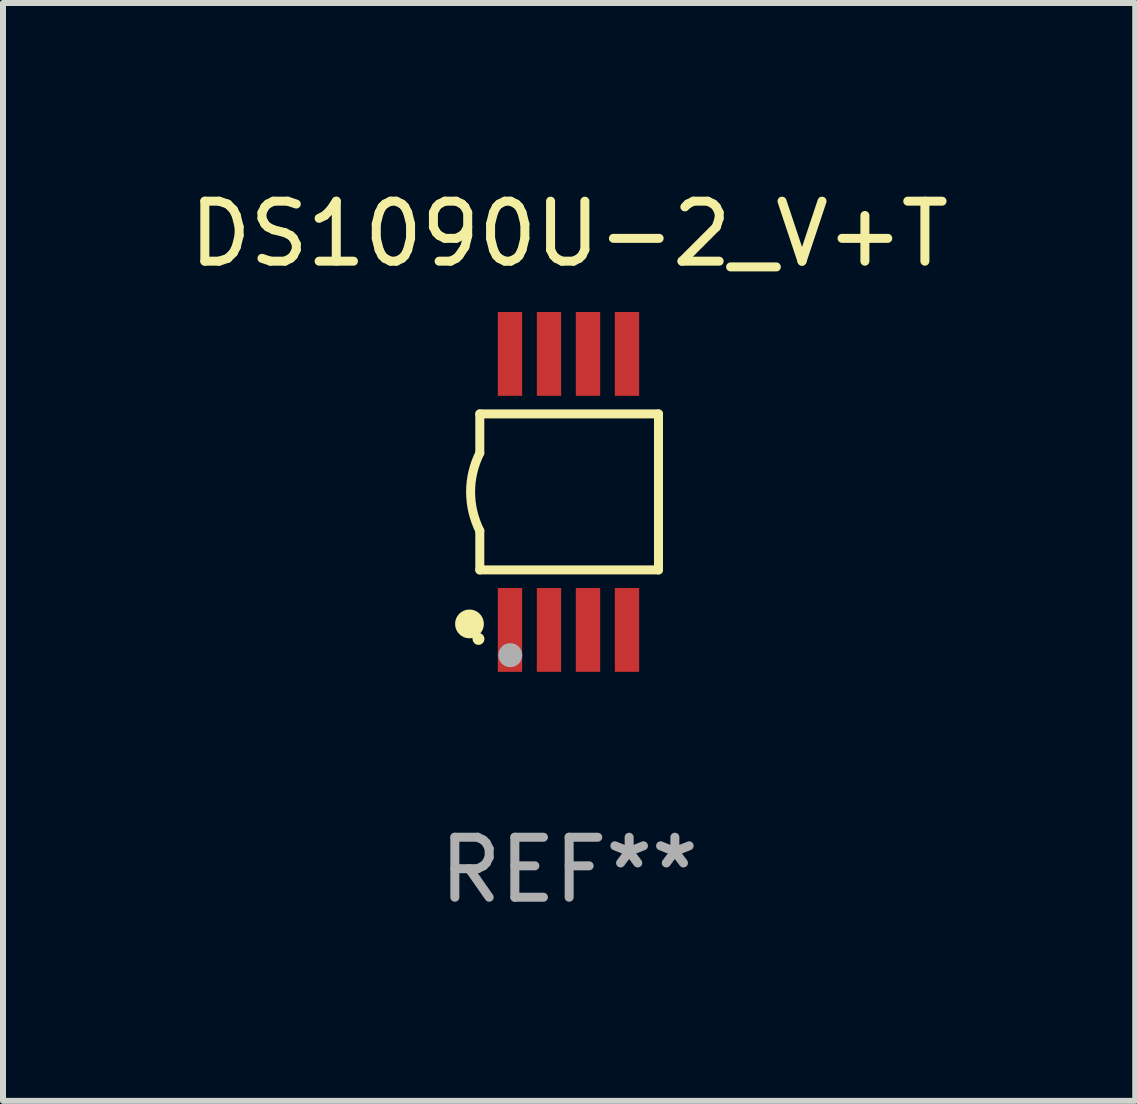
<source format=kicad_pcb>
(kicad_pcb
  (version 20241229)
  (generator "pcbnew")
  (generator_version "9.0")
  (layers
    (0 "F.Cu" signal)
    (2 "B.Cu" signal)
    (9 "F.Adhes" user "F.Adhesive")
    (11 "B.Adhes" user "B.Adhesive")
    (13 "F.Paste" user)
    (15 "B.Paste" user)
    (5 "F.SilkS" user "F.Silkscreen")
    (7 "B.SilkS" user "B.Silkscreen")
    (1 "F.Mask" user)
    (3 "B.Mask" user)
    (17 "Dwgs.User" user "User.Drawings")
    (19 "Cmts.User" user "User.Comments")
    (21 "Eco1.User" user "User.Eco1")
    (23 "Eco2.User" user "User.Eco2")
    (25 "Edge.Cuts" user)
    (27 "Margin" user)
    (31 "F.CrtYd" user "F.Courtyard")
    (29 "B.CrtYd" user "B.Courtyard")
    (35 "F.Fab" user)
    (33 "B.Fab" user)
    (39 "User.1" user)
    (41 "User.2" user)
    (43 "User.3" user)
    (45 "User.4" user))
  (footprint "DS1090U-2_V+T"
    (layer "F.Cu")
    (at 6.435 5.148)
    (property "Reference" "DS1090U-2_V+T" (at 0 -4.3 0) (layer "F.SilkS") (effects (font (size 1 1) (thickness 0.15))))
    (attr through_hole)
    (fp_line (start -1.489 -1.3) (end -1.489 -0.648) (stroke (width 0.15) (type solid)) (layer "F.SilkS"))
    (fp_line (start -1.489 0.648) (end -1.489 1.3) (stroke (width 0.15) (type solid)) (layer "F.SilkS"))
    (fp_line (start -1.489 1.3) (end 1.489 1.3) (stroke (width 0.15) (type solid)) (layer "F.SilkS"))
    (fp_line (start 1.489 -1.3) (end -1.489 -1.3) (stroke (width 0.15) (type solid)) (layer "F.SilkS"))
    (fp_line (start 1.489 1.3) (end 1.489 -1.3) (stroke (width 0.15) (type solid)) (layer "F.SilkS"))
    (fp_arc (start -1.489205 0.647702) (mid -1.642107 0) (end -1.489205 -0.647701) (stroke (width 0.150013) (type solid)) (layer "F.SilkS"))
    (fp_circle (center -1.661 2.2) (end -1.541 2.2) (stroke (width 0.24) (type solid)) (fill no) (layer "F.SilkS"))
    (fp_circle (center -1.511 2.45) (end -1.461 2.45) (stroke (width 0.1) (type solid)) (fill no) (layer "F.SilkS"))
    (fp_circle (center -0.981 2.72) (end -0.881 2.72) (stroke (width 0.2) (type solid)) (fill no) (layer "F.Fab"))
    (fp_text user "REF**" (at 0 6.3 0) (layer "F.Fab") (effects (font (size 1 1) (thickness 0.15))))
    (pad "1" smd rect (at -0.986 2.3) (size 0.406 1.397) (layers "F.Cu" "F.Mask" "F.Paste"))
    (pad "2" smd rect (at -0.336 2.3) (size 0.406 1.397) (layers "F.Cu" "F.Mask" "F.Paste"))
    (pad "3" smd rect (at 0.314 2.3) (size 0.406 1.397) (layers "F.Cu" "F.Mask" "F.Paste"))
    (pad "4" smd rect (at 0.964 2.3) (size 0.406 1.397) (layers "F.Cu" "F.Mask" "F.Paste"))
    (pad "5" smd rect (at 0.964 -2.3) (size 0.406 1.397) (layers "F.Cu" "F.Mask" "F.Paste"))
    (pad "6" smd rect (at 0.314 -2.3) (size 0.406 1.397) (layers "F.Cu" "F.Mask" "F.Paste"))
    (pad "7" smd rect (at -0.336 -2.3) (size 0.406 1.397) (layers "F.Cu" "F.Mask" "F.Paste"))
    (pad "8" smd rect (at -0.986 -2.3) (size 0.406 1.397) (layers "F.Cu" "F.Mask" "F.Paste")))
  (gr_rect
    (start -3 -3)
    (end 15.869 15.296)
    (stroke (width 0.1) (type default))
    (fill no)
    (layer "Edge.Cuts")))
</source>
